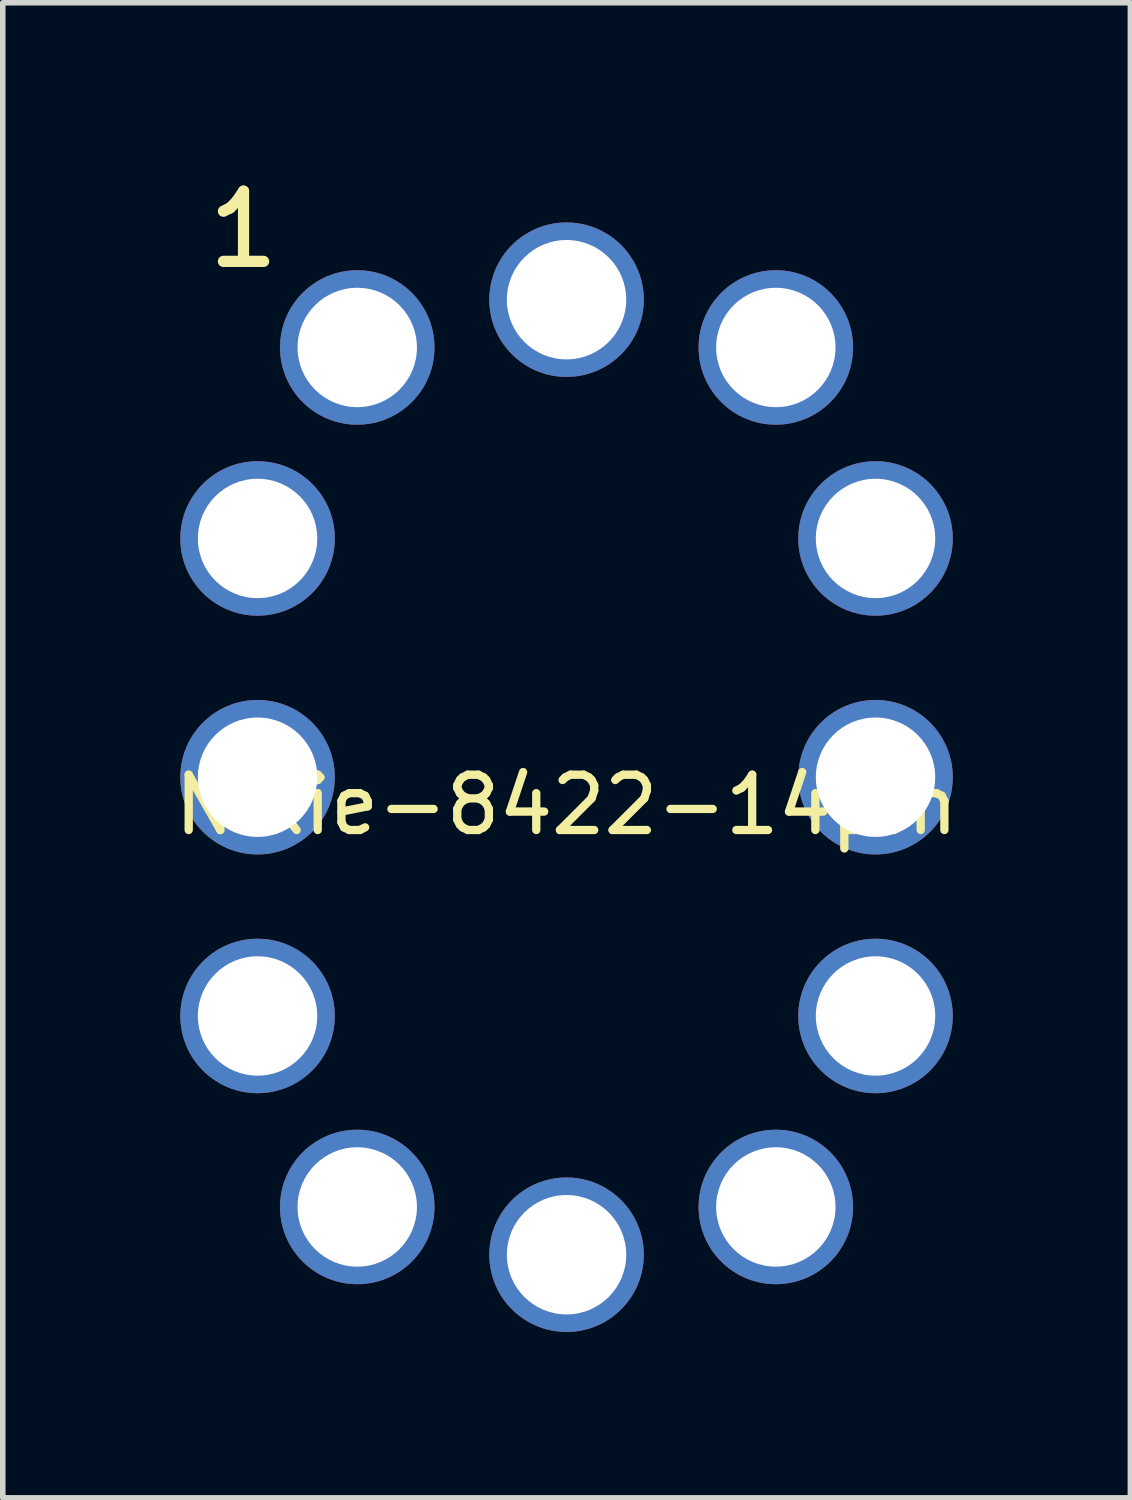
<source format=kicad_pcb>
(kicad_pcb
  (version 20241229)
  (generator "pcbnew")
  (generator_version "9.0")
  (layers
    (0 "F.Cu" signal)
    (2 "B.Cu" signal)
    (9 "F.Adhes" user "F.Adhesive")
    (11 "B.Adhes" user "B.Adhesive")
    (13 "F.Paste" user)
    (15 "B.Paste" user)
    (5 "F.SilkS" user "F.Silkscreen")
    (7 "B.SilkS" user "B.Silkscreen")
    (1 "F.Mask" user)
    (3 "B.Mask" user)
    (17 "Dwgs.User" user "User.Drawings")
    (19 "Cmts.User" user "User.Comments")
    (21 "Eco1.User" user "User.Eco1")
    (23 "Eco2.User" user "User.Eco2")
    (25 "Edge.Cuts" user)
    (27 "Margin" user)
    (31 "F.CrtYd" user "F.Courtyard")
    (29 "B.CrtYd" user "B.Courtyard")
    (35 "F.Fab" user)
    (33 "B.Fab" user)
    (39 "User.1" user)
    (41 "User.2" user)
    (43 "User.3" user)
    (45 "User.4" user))
  (footprint "Nixie-8422-14pin"
    (layer "F.Cu")
    (at 7.196 11.006)
    (property "Reference" "Nixie-8422-14pin" (at 0 0.5 0) (layer "F.SilkS") (effects (font (size 1 1) (thickness 0.15))))
    (attr through_hole)
    (fp_text user "1" (at -5.842 -9.906 0) (layer "F.SilkS") (effects (font (size 1.27 1.27) (thickness 0.203))))
    (pad "1" thru_hole circle (at -3.785 -7.772) (size 2.794 2.794) (drill 2.159) (layers "*.Cu" "*.Mask"))
    (pad "2" thru_hole circle (at -5.588 -4.318) (size 2.794 2.794) (drill 2.159) (layers "*.Cu" "*.Mask"))
    (pad "3" thru_hole circle (at -5.588 0) (size 2.794 2.794) (drill 2.159) (layers "*.Cu" "*.Mask"))
    (pad "4" thru_hole circle (at -5.588 4.318) (size 2.794 2.794) (drill 2.159) (layers "*.Cu" "*.Mask"))
    (pad "5" thru_hole circle (at -3.785 7.772) (size 2.794 2.794) (drill 2.159) (layers "*.Cu" "*.Mask"))
    (pad "6" thru_hole circle (at 0 8.636) (size 2.794 2.794) (drill 2.159) (layers "*.Cu" "*.Mask"))
    (pad "7" thru_hole circle (at 3.785 7.772) (size 2.794 2.794) (drill 2.159) (layers "*.Cu" "*.Mask"))
    (pad "8" thru_hole circle (at 5.588 4.318) (size 2.794 2.794) (drill 2.159) (layers "*.Cu" "*.Mask"))
    (pad "9" thru_hole circle (at 5.588 0) (size 2.794 2.794) (drill 2.159) (layers "*.Cu" "*.Mask"))
    (pad "10" thru_hole circle (at 5.588 -4.318) (size 2.794 2.794) (drill 2.159) (layers "*.Cu" "*.Mask"))
    (pad "11" thru_hole circle (at 3.785 -7.772) (size 2.794 2.794) (drill 2.159) (layers "*.Cu" "*.Mask"))
    (pad "12" thru_hole circle (at 0 -8.636) (size 2.794 2.794) (drill 2.159) (layers "*.Cu" "*.Mask")))
  (gr_rect
    (start -3 -3)
    (end 17.393 24.039)
    (stroke (width 0.1) (type default))
    (fill no)
    (layer "Edge.Cuts")))
</source>
